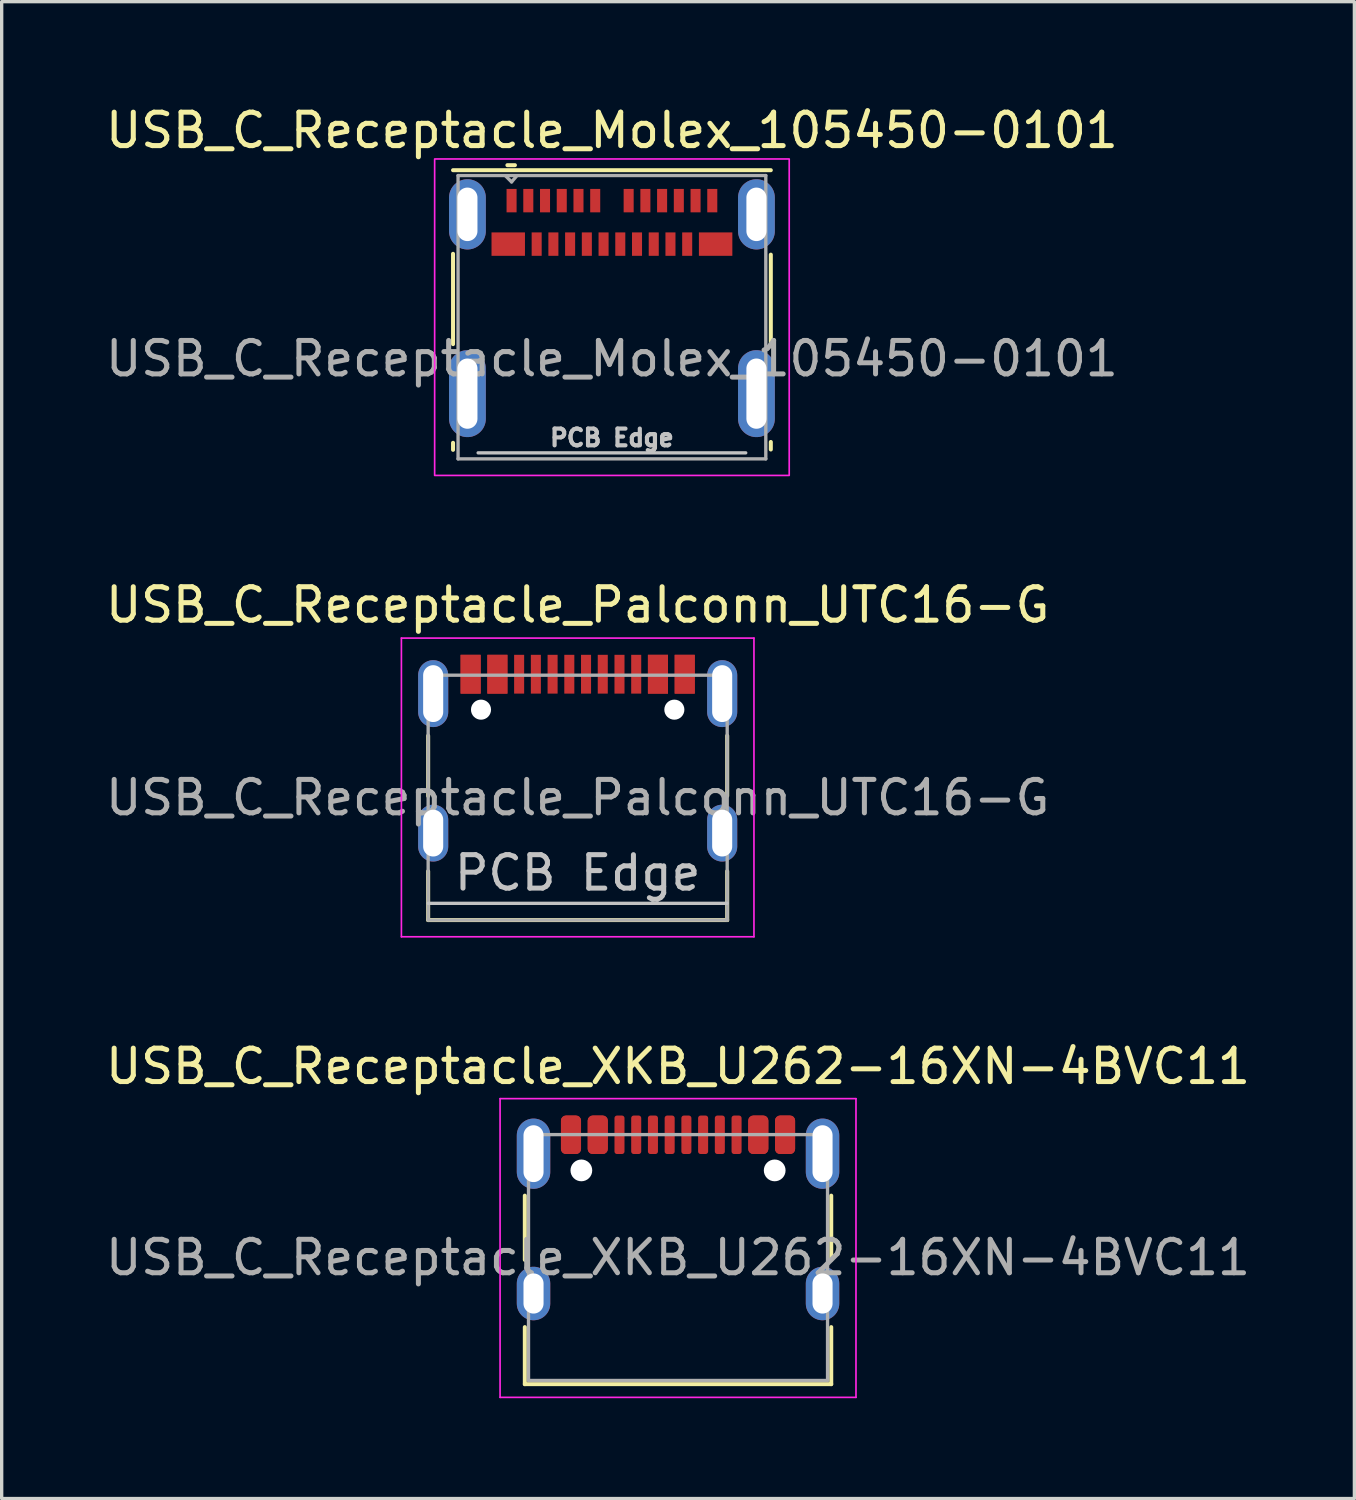
<source format=kicad_pcb>
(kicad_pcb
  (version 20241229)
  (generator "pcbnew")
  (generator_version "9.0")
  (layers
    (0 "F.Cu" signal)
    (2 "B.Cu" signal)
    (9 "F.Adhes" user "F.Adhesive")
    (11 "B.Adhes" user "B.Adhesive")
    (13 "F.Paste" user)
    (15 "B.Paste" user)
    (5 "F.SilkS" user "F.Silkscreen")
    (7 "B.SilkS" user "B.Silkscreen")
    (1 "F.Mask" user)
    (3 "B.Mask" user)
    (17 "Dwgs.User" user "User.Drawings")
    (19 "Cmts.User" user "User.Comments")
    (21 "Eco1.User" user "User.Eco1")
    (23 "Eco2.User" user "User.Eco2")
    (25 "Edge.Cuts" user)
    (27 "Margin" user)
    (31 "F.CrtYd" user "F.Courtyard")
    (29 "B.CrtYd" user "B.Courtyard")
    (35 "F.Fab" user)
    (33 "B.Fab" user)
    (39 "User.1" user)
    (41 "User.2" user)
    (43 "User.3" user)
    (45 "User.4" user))
  (footprint "USB_C_Receptacle_XKB_U262-16XN-4BVC11"
    (layer "F.Cu")
    (at 17.22 34.545)
    (property "Reference" "USB_C_Receptacle_XKB_U262-16XN-4BVC11" (at 0 -5.715 0) (layer "F.SilkS") (effects (font (size 1 1) (thickness 0.15))))
    (attr smd)
    (fp_line (start -4.58 -1.85) (end -4.58 0.07) (stroke (width 0.12) (type solid)) (layer "F.SilkS"))
    (fp_line (start -4.58 3.785) (end -4.58 2.08) (stroke (width 0.12) (type solid)) (layer "F.SilkS"))
    (fp_line (start 4.58 0.07) (end 4.58 -1.85) (stroke (width 0.12) (type solid)) (layer "F.SilkS"))
    (fp_line (start 4.58 2.08) (end 4.58 3.785) (stroke (width 0.12) (type solid)) (layer "F.SilkS"))
    (fp_line (start 4.58 3.785) (end -4.58 3.785) (stroke (width 0.12) (type solid)) (layer "F.SilkS"))
    (fp_line (start -5.32 -4.75) (end 5.32 -4.75) (stroke (width 0.05) (type solid)) (layer "F.CrtYd"))
    (fp_line (start -5.32 4.18) (end -5.32 -4.75) (stroke (width 0.05) (type solid)) (layer "F.CrtYd"))
    (fp_line (start 5.32 -4.75) (end 5.32 4.18) (stroke (width 0.05) (type solid)) (layer "F.CrtYd"))
    (fp_line (start 5.32 4.18) (end -5.32 4.18) (stroke (width 0.05) (type solid)) (layer "F.CrtYd"))
    (fp_line (start -4.47 -3.675) (end -4.47 3.675) (stroke (width 0.1) (type solid)) (layer "F.Fab"))
    (fp_line (start -4.47 -3.675) (end 4.47 -3.675) (stroke (width 0.1) (type solid)) (layer "F.Fab"))
    (fp_line (start -4.47 3.675) (end 4.47 3.675) (stroke (width 0.1) (type solid)) (layer "F.Fab"))
    (fp_line (start 4.47 3.675) (end 4.47 -3.675) (stroke (width 0.1) (type solid)) (layer "F.Fab"))
    (fp_text user "${REFERENCE}" (at 0 0 0) (layer "F.Fab") (effects (font (size 1 1) (thickness 0.15))))
    (pad "" np_thru_hole circle (at -2.89 -2.605) (size 0.65 0.65) (drill 0.65) (layers "*.Cu" "*.Mask"))
    (pad "" np_thru_hole circle (at 2.89 -2.605) (size 0.65 0.65) (drill 0.65) (layers "*.Cu" "*.Mask"))
    (pad "A1" smd roundrect (at -3.2 -3.67) (size 0.6 1.15) (layers "F.Cu" "F.Mask" "F.Paste") (roundrect_rratio 0.25))
    (pad "A4" smd roundrect (at -2.4 -3.67) (size 0.6 1.15) (layers "F.Cu" "F.Mask" "F.Paste") (roundrect_rratio 0.25))
    (pad "A5" smd roundrect (at -1.25 -3.67) (size 0.3 1.15) (layers "F.Cu" "F.Mask" "F.Paste") (roundrect_rratio 0.25))
    (pad "A6" smd roundrect (at -0.25 -3.67) (size 0.3 1.15) (layers "F.Cu" "F.Mask" "F.Paste") (roundrect_rratio 0.25))
    (pad "A7" smd roundrect (at 0.25 -3.67) (size 0.3 1.15) (layers "F.Cu" "F.Mask" "F.Paste") (roundrect_rratio 0.25))
    (pad "A8" smd roundrect (at 1.25 -3.67) (size 0.3 1.15) (layers "F.Cu" "F.Mask" "F.Paste") (roundrect_rratio 0.25))
    (pad "A9" smd roundrect (at 2.4 -3.67) (size 0.6 1.15) (layers "F.Cu" "F.Mask" "F.Paste") (roundrect_rratio 0.25))
    (pad "A12" smd roundrect (at 3.2 -3.67) (size 0.6 1.15) (layers "F.Cu" "F.Mask" "F.Paste") (roundrect_rratio 0.25))
    (pad "B1" smd roundrect (at 3.2 -3.67) (size 0.6 1.15) (layers "F.Cu" "F.Mask" "F.Paste") (roundrect_rratio 0.25))
    (pad "B4" smd roundrect (at 2.4 -3.67) (size 0.6 1.15) (layers "F.Cu" "F.Mask" "F.Paste") (roundrect_rratio 0.25))
    (pad "B5" smd roundrect (at 1.75 -3.67) (size 0.3 1.15) (layers "F.Cu" "F.Mask" "F.Paste") (roundrect_rratio 0.25))
    (pad "B6" smd roundrect (at 0.75 -3.67) (size 0.3 1.15) (layers "F.Cu" "F.Mask" "F.Paste") (roundrect_rratio 0.25))
    (pad "B7" smd roundrect (at -0.75 -3.67) (size 0.3 1.15) (layers "F.Cu" "F.Mask" "F.Paste") (roundrect_rratio 0.25))
    (pad "B8" smd roundrect (at -1.75 -3.67) (size 0.3 1.15) (layers "F.Cu" "F.Mask" "F.Paste") (roundrect_rratio 0.25))
    (pad "B9" smd roundrect (at -2.4 -3.67) (size 0.6 1.15) (layers "F.Cu" "F.Mask" "F.Paste") (roundrect_rratio 0.25))
    (pad "B12" smd roundrect (at -3.2 -3.67) (size 0.6 1.15) (layers "F.Cu" "F.Mask" "F.Paste") (roundrect_rratio 0.25))
    (pad "SH" thru_hole oval (at -4.32 -3.105) (size 1 2.1) (drill oval 0.6 1.7) (property pad_prop_mechanical) (layers "*.Cu" "*.Mask"))
    (pad "SH" thru_hole oval (at -4.32 1.075) (size 1 1.6) (drill oval 0.6 1.2) (property pad_prop_mechanical) (layers "*.Cu" "*.Mask"))
    (pad "SH" thru_hole oval (at 4.32 -3.105) (size 1 2.1) (drill oval 0.6 1.7) (property pad_prop_mechanical) (layers "*.Cu" "*.Mask"))
    (pad "SH" thru_hole oval (at 4.32 1.075) (size 1 1.6) (drill oval 0.6 1.2) (property pad_prop_mechanical) (layers "*.Cu" "*.Mask")))
  (footprint "USB_C_Receptacle_Molex_105450-0101"
    (layer "F.Cu")
    (at 15.244 6.163)
    (property "Reference" "USB_C_Receptacle_Molex_105450-0101" (at 0 -5.315 0) (unlocked yes) (layer "F.SilkS") (effects (font (size 1 1) (thickness 0.15))))
    (attr smd)
    (fp_line (start -4.75 -4.125) (end 4.75 -4.125) (stroke (width 0.12) (type solid)) (layer "F.SilkS"))
    (fp_line (start -4.75 -1.625) (end -4.75 1.075) (stroke (width 0.12) (type solid)) (layer "F.SilkS"))
    (fp_line (start -4.75 4.235) (end -4.75 4.025) (stroke (width 0.12) (type solid)) (layer "F.SilkS"))
    (fp_line (start -3.125 -4.275) (end -2.9 -4.275) (stroke (width 0.12) (type solid)) (layer "F.SilkS"))
    (fp_line (start 4.75 1.125) (end 4.75 -1.6) (stroke (width 0.12) (type solid)) (layer "F.SilkS"))
    (fp_line (start 4.75 4.225) (end 4.75 4) (stroke (width 0.12) (type solid)) (layer "F.SilkS"))
    (fp_line (start -4 4.325) (end 4 4.325) (stroke (width 0.1) (type solid)) (layer "Dwgs.User"))
    (fp_rect (start -5.3 -4.46) (end 5.3 5) (stroke (width 0.05) (type solid)) (fill no) (layer "F.CrtYd"))
    (fp_line (start -4.6 -3.965) (end -4.6 4.505) (stroke (width 0.1) (type solid)) (layer "F.Fab"))
    (fp_line (start -4.6 -3.965) (end 4.6 -3.965) (stroke (width 0.1) (type solid)) (layer "F.Fab"))
    (fp_line (start -4.6 4.505) (end 4.6 4.505) (stroke (width 0.1) (type solid)) (layer "F.Fab"))
    (fp_line (start -3.175 -3.95) (end -3 -3.775) (stroke (width 0.1) (type solid)) (layer "F.Fab"))
    (fp_line (start -3 -3.775) (end -2.85 -3.95) (stroke (width 0.1) (type solid)) (layer "F.Fab"))
    (fp_line (start 4.6 4.505) (end 4.6 -3.965) (stroke (width 0.1) (type solid)) (layer "F.Fab"))
    (fp_text user "PCB Edge" (at 0 3.875 0) (unlocked yes) (layer "Dwgs.User") (effects (font (size 0.5 0.5) (thickness 0.125))))
    (fp_text user "${REFERENCE}" (at 0 1.51 0) (unlocked yes) (layer "F.Fab") (effects (font (size 1 1) (thickness 0.15))))
    (pad "A1" smd rect (at -3 -3.215) (size 0.3 0.7) (layers "F.Cu" "F.Mask" "F.Paste"))
    (pad "A2" smd rect (at -2.5 -3.215) (size 0.3 0.7) (layers "F.Cu" "F.Mask" "F.Paste"))
    (pad "A3" smd rect (at -2 -3.215) (size 0.3 0.7) (layers "F.Cu" "F.Mask" "F.Paste"))
    (pad "A4" smd rect (at -1.5 -3.215) (size 0.3 0.7) (layers "F.Cu" "F.Mask" "F.Paste"))
    (pad "A5" smd rect (at -1 -3.215) (size 0.3 0.7) (layers "F.Cu" "F.Mask" "F.Paste"))
    (pad "A6" smd rect (at -0.5 -3.215) (size 0.3 0.7) (layers "F.Cu" "F.Mask" "F.Paste"))
    (pad "A7" smd rect (at 0.5 -3.215) (size 0.3 0.7) (layers "F.Cu" "F.Mask" "F.Paste"))
    (pad "A8" smd rect (at 1 -3.215) (size 0.3 0.7) (layers "F.Cu" "F.Mask" "F.Paste"))
    (pad "A9" smd rect (at 1.5 -3.215) (size 0.3 0.7) (layers "F.Cu" "F.Mask" "F.Paste"))
    (pad "A10" smd rect (at 2 -3.215) (size 0.3 0.7) (layers "F.Cu" "F.Mask" "F.Paste"))
    (pad "A11" smd rect (at 2.5 -3.215) (size 0.3 0.7) (layers "F.Cu" "F.Mask" "F.Paste"))
    (pad "A12" smd rect (at 3 -3.215) (size 0.3 0.7) (layers "F.Cu" "F.Mask" "F.Paste"))
    (pad "B1" smd rect (at 3.1 -1.915) (size 1 0.7) (layers "F.Cu" "F.Mask" "F.Paste"))
    (pad "B2" smd rect (at 2.25 -1.915) (size 0.3 0.7) (layers "F.Cu" "F.Mask" "F.Paste"))
    (pad "B3" smd rect (at 1.75 -1.915) (size 0.3 0.7) (layers "F.Cu" "F.Mask" "F.Paste"))
    (pad "B4" smd rect (at 1.25 -1.915) (size 0.3 0.7) (layers "F.Cu" "F.Mask" "F.Paste"))
    (pad "B5" smd rect (at 0.75 -1.915) (size 0.3 0.7) (layers "F.Cu" "F.Mask" "F.Paste"))
    (pad "B6" smd rect (at 0.25 -1.915) (size 0.3 0.7) (layers "F.Cu" "F.Mask" "F.Paste"))
    (pad "B7" smd rect (at -0.25 -1.915) (size 0.3 0.7) (layers "F.Cu" "F.Mask" "F.Paste"))
    (pad "B8" smd rect (at -0.75 -1.915) (size 0.3 0.7) (layers "F.Cu" "F.Mask" "F.Paste"))
    (pad "B9" smd rect (at -1.25 -1.915) (size 0.3 0.7) (layers "F.Cu" "F.Mask" "F.Paste"))
    (pad "B10" smd rect (at -1.75 -1.915) (size 0.3 0.7) (layers "F.Cu" "F.Mask" "F.Paste"))
    (pad "B11" smd rect (at -2.25 -1.915) (size 0.3 0.7) (layers "F.Cu" "F.Mask" "F.Paste"))
    (pad "B12" smd rect (at -3.1 -1.915) (size 1 0.7) (layers "F.Cu" "F.Mask" "F.Paste"))
    (pad "S1" thru_hole oval (at -4.32 -2.805) (size 1.1 2.1) (drill oval 0.6 1.6) (property pad_prop_mechanical) (layers "*.Cu" "*.Mask"))
    (pad "S1" thru_hole oval (at -4.32 2.555) (size 1.1 2.6) (drill oval 0.6 2.1) (property pad_prop_mechanical) (layers "*.Cu" "*.Mask"))
    (pad "S1" thru_hole oval (at 4.32 -2.805) (size 1.1 2.1) (drill oval 0.6 1.6) (property pad_prop_mechanical) (layers "*.Cu" "*.Mask"))
    (pad "S1" thru_hole oval (at 4.32 2.555) (size 1.1 2.6) (drill oval 0.6 2.1) (property pad_prop_mechanical) (layers "*.Cu" "*.Mask"))
    (zone (net_name "") (layers "F.Cu" "Dwgs.User") (hatch full 0.508) (connect_pads) (min_thickness 0.254) (filled_areas_thickness no) (keepout (tracks not_allowed) (vias not_allowed) (pads not_allowed) (copperpour not_allowed) (footprints not_allowed)) (placement (enabled no)) (fill) (polygon (pts (xy 18.744 10.488) (xy 11.744 10.488) (xy 11.744 4.858) (xy 18.744 4.858)))))
  (footprint "USB_C_Receptacle_Palconn_UTC16-G"
    (layer "F.Cu")
    (at 14.22 19.616)
    (property "Reference" "USB_C_Receptacle_Palconn_UTC16-G" (at 0 -4.58 0) (layer "F.SilkS") (effects (font (size 1 1) (thickness 0.15))))
    (attr smd)
    (fp_line (start -4.47 -0.67) (end -4.47 1.13) (stroke (width 0.12) (type solid)) (layer "F.SilkS"))
    (fp_line (start -4.47 4.84) (end -4.47 3.38) (stroke (width 0.12) (type solid)) (layer "F.SilkS"))
    (fp_line (start 4.47 -0.67) (end 4.47 1.13) (stroke (width 0.12) (type solid)) (layer "F.SilkS"))
    (fp_line (start 4.47 4.84) (end -4.47 4.84) (stroke (width 0.12) (type solid)) (layer "F.SilkS"))
    (fp_line (start 4.47 4.84) (end 4.47 3.38) (stroke (width 0.12) (type solid)) (layer "F.SilkS"))
    (fp_line (start -4.47 4.34) (end 4.47 4.34) (stroke (width 0.1) (type solid)) (layer "Dwgs.User"))
    (fp_line (start -5.27 -3.59) (end -5.27 5.34) (stroke (width 0.05) (type solid)) (layer "F.CrtYd"))
    (fp_line (start -5.27 5.34) (end 5.27 5.34) (stroke (width 0.05) (type solid)) (layer "F.CrtYd"))
    (fp_line (start 5.27 -3.59) (end -5.27 -3.59) (stroke (width 0.05) (type solid)) (layer "F.CrtYd"))
    (fp_line (start 5.27 5.34) (end 5.27 -3.59) (stroke (width 0.05) (type solid)) (layer "F.CrtYd"))
    (fp_line (start -4.47 -2.48) (end -4.47 4.84) (stroke (width 0.1) (type solid)) (layer "F.Fab"))
    (fp_line (start -4.47 -2.48) (end 4.47 -2.48) (stroke (width 0.1) (type solid)) (layer "F.Fab"))
    (fp_line (start 4.47 -2.48) (end 4.47 4.84) (stroke (width 0.1) (type solid)) (layer "F.Fab"))
    (fp_line (start 4.47 4.84) (end -4.47 4.84) (stroke (width 0.1) (type solid)) (layer "F.Fab"))
    (fp_text user "PCB Edge" (at 0 3.43 0) (layer "Dwgs.User") (effects (font (size 1 1) (thickness 0.15))))
    (fp_text user "${REFERENCE}" (at 0 1.18 0) (layer "F.Fab") (effects (font (size 1 1) (thickness 0.15))))
    (pad "" np_thru_hole circle (at -2.89 -1.45 180) (size 0.6 0.6) (drill 0.6) (layers "*.Cu" "*.Mask"))
    (pad "" np_thru_hole circle (at 2.89 -1.45 180) (size 0.6 0.6) (drill 0.6) (layers "*.Cu" "*.Mask"))
    (pad "A1" smd rect (at -3.2 -2.51) (size 0.6 1.16) (layers "F.Cu" "F.Mask" "F.Paste"))
    (pad "A4" smd rect (at -2.4 -2.51) (size 0.6 1.16) (layers "F.Cu" "F.Mask" "F.Paste"))
    (pad "A5" smd rect (at -1.25 -2.51 180) (size 0.3 1.16) (layers "F.Cu" "F.Mask" "F.Paste"))
    (pad "A6" smd rect (at -0.25 -2.51 180) (size 0.3 1.16) (layers "F.Cu" "F.Mask" "F.Paste"))
    (pad "A7" smd rect (at 0.25 -2.51 180) (size 0.3 1.16) (layers "F.Cu" "F.Mask" "F.Paste"))
    (pad "A8" smd rect (at 1.25 -2.51 180) (size 0.3 1.16) (layers "F.Cu" "F.Mask" "F.Paste"))
    (pad "A9" smd rect (at 2.4 -2.51) (size 0.6 1.16) (layers "F.Cu" "F.Mask" "F.Paste"))
    (pad "A12" smd rect (at 3.2 -2.51) (size 0.6 1.16) (layers "F.Cu" "F.Mask" "F.Paste"))
    (pad "B1" smd rect (at 3.2 -2.51) (size 0.6 1.16) (layers "F.Cu" "F.Mask" "F.Paste"))
    (pad "B4" smd rect (at 2.4 -2.51) (size 0.6 1.16) (layers "F.Cu" "F.Mask" "F.Paste"))
    (pad "B5" smd rect (at 1.75 -2.51 180) (size 0.3 1.16) (layers "F.Cu" "F.Mask" "F.Paste"))
    (pad "B6" smd rect (at 0.75 -2.51 180) (size 0.3 1.16) (layers "F.Cu" "F.Mask" "F.Paste"))
    (pad "B7" smd rect (at -0.75 -2.51 180) (size 0.3 1.16) (layers "F.Cu" "F.Mask" "F.Paste"))
    (pad "B8" smd rect (at -1.75 -2.51 180) (size 0.3 1.16) (layers "F.Cu" "F.Mask" "F.Paste"))
    (pad "B9" smd rect (at -2.4 -2.51) (size 0.6 1.16) (layers "F.Cu" "F.Mask" "F.Paste"))
    (pad "B12" smd rect (at -3.2 -2.51) (size 0.6 1.16) (layers "F.Cu" "F.Mask" "F.Paste"))
    (pad "S1" thru_hole oval (at -4.32 -1.93 90) (size 2 0.9) (drill oval 1.7 0.6) (property pad_prop_mechanical) (layers "*.Cu" "*.Mask"))
    (pad "S1" thru_hole oval (at -4.32 2.24 90) (size 1.7 0.9) (drill oval 1.4 0.6) (property pad_prop_mechanical) (layers "*.Cu" "*.Mask"))
    (pad "S1" thru_hole oval (at 4.32 -1.93 90) (size 2 0.9) (drill oval 1.7 0.6) (property pad_prop_mechanical) (layers "*.Cu" "*.Mask"))
    (pad "S1" thru_hole oval (at 4.32 2.24 90) (size 1.7 0.9) (drill oval 1.4 0.6) (property pad_prop_mechanical) (layers "*.Cu" "*.Mask")))
  (gr_rect
    (start -3 -3)
    (end 37.44 41.75)
    (stroke (width 0.1) (type default))
    (fill no)
    (layer "Edge.Cuts")))
</source>
